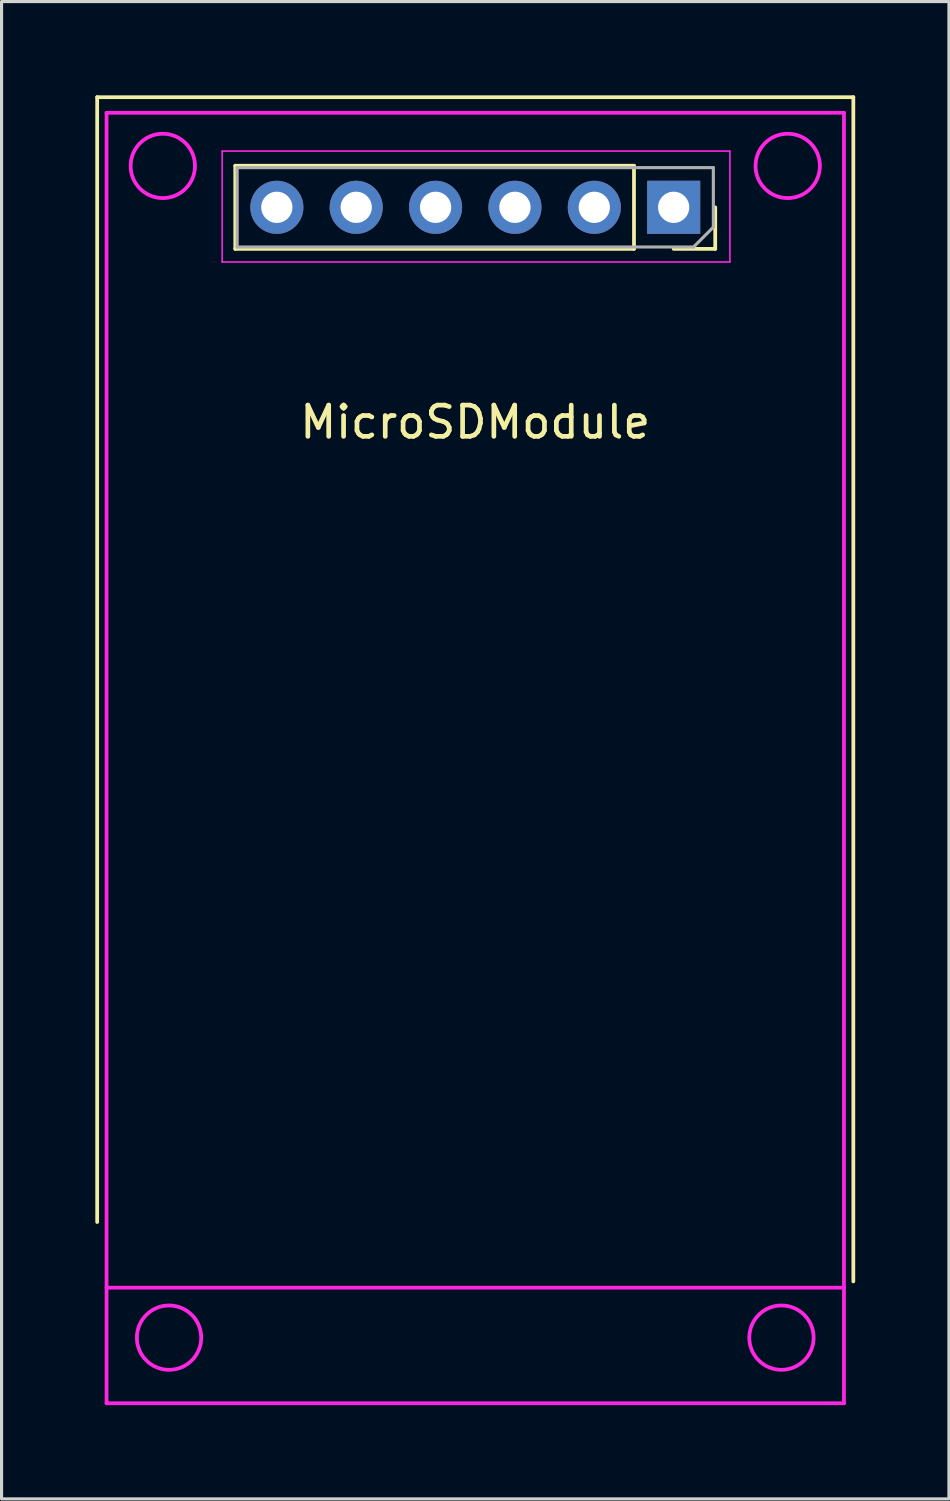
<source format=kicad_pcb>
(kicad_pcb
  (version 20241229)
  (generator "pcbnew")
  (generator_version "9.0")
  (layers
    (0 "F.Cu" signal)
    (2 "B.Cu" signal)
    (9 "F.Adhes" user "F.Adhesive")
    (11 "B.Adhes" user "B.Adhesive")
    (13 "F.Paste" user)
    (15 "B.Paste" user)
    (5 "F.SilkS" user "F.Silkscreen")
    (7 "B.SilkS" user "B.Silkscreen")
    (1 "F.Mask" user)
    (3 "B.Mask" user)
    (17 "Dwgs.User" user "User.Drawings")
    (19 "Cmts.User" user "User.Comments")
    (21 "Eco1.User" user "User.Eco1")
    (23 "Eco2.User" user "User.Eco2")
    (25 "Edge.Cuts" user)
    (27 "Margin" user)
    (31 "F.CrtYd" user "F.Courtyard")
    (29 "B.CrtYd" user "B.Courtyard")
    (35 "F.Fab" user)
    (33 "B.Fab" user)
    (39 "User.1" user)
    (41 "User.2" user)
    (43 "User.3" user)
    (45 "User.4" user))
  (footprint "MicroSDModule"
    (layer "F.Cu")
    (at 12.16 3.56)
    (property "Reference" "MicroSDModule" (at 0 6.9 180) (layer "F.SilkS") (effects (font (size 1 1) (thickness 0.15))))
    (attr through_hole)
    (fp_line (start -12.1 -3.5) (end -12.1 32.5) (stroke (width 0.12) (type solid)) (layer "F.SilkS"))
    (fp_line (start -12.1 -3.5) (end 12.1 -3.5) (stroke (width 0.12) (type solid)) (layer "F.SilkS"))
    (fp_line (start -7.68 -1.305) (end -7.68 1.355) (stroke (width 0.12) (type solid)) (layer "F.SilkS"))
    (fp_line (start 5.08 -1.305) (end -7.68 -1.305) (stroke (width 0.12) (type solid)) (layer "F.SilkS"))
    (fp_line (start 5.08 -1.305) (end 5.08 1.355) (stroke (width 0.12) (type solid)) (layer "F.SilkS"))
    (fp_line (start 5.08 1.355) (end -7.68 1.355) (stroke (width 0.12) (type solid)) (layer "F.SilkS"))
    (fp_line (start 7.68 0.025) (end 7.68 1.355) (stroke (width 0.12) (type solid)) (layer "F.SilkS"))
    (fp_line (start 7.68 1.355) (end 6.35 1.355) (stroke (width 0.12) (type solid)) (layer "F.SilkS"))
    (fp_line (start 12.1 34.4) (end 12.1 -3.5) (stroke (width 0.12) (type solid)) (layer "F.SilkS"))
    (fp_line (start -11.8 -3) (end -11.8 38.3) (stroke (width 0.12) (type solid)) (layer "F.CrtYd"))
    (fp_line (start -11.8 -3) (end 11.8 -3) (stroke (width 0.12) (type solid)) (layer "F.CrtYd"))
    (fp_line (start -11.8 34.6) (end 11.8 34.6) (stroke (width 0.12) (type solid)) (layer "F.CrtYd"))
    (fp_line (start -11.8 38.3) (end 11.8 38.3) (stroke (width 0.12) (type solid)) (layer "F.CrtYd"))
    (fp_line (start -8.1 -1.775) (end 8.15 -1.775) (stroke (width 0.05) (type solid)) (layer "F.CrtYd"))
    (fp_line (start -8.1 1.775) (end -8.1 -1.775) (stroke (width 0.05) (type solid)) (layer "F.CrtYd"))
    (fp_line (start 8.15 -1.775) (end 8.15 1.775) (stroke (width 0.05) (type solid)) (layer "F.CrtYd"))
    (fp_line (start 8.15 1.775) (end -8.1 1.775) (stroke (width 0.05) (type solid)) (layer "F.CrtYd"))
    (fp_line (start 11.8 -3) (end 11.8 38.3) (stroke (width 0.12) (type solid)) (layer "F.CrtYd"))
    (fp_circle (center -10 -1.3) (end -9.1 -0.8) (stroke (width 0.12) (type solid)) (fill no) (layer "F.CrtYd"))
    (fp_circle (center -9.8 36.2) (end -8.9 36.7) (stroke (width 0.12) (type solid)) (fill no) (layer "F.CrtYd"))
    (fp_circle (center 9.8 36.2) (end 10.7 36.7) (stroke (width 0.12) (type solid)) (fill no) (layer "F.CrtYd"))
    (fp_circle (center 10 -1.3) (end 10.9 -0.8) (stroke (width 0.12) (type solid)) (fill no) (layer "F.CrtYd"))
    (fp_line (start -7.62 -1.245) (end 7.62 -1.245) (stroke (width 0.1) (type solid)) (layer "F.Fab"))
    (fp_line (start -7.62 1.295) (end -7.62 -1.245) (stroke (width 0.1) (type solid)) (layer "F.Fab"))
    (fp_line (start 6.985 1.295) (end -7.62 1.295) (stroke (width 0.1) (type solid)) (layer "F.Fab"))
    (fp_line (start 7.62 -1.245) (end 7.62 0.66) (stroke (width 0.1) (type solid)) (layer "F.Fab"))
    (fp_line (start 7.62 0.66) (end 6.985 1.295) (stroke (width 0.1) (type solid)) (layer "F.Fab"))
    (pad "1" thru_hole rect (at 6.35 0.025 270) (size 1.7 1.7) (drill 1) (layers "*.Cu" "*.Mask"))
    (pad "2" thru_hole oval (at 3.81 0.025 270) (size 1.7 1.7) (drill 1) (layers "*.Cu" "*.Mask"))
    (pad "3" thru_hole oval (at 1.27 0.025 270) (size 1.7 1.7) (drill 1) (layers "*.Cu" "*.Mask"))
    (pad "4" thru_hole oval (at -1.27 0.025 270) (size 1.7 1.7) (drill 1) (layers "*.Cu" "*.Mask"))
    (pad "5" thru_hole oval (at -3.81 0.025 270) (size 1.7 1.7) (drill 1) (layers "*.Cu" "*.Mask"))
    (pad "6" thru_hole oval (at -6.35 0.025 270) (size 1.7 1.7) (drill 1) (layers "*.Cu" "*.Mask")))
  (gr_rect
    (start -3 -3)
    (end 27.32 44.92)
    (stroke (width 0.1) (type default))
    (fill no)
    (layer "Edge.Cuts")))
</source>
